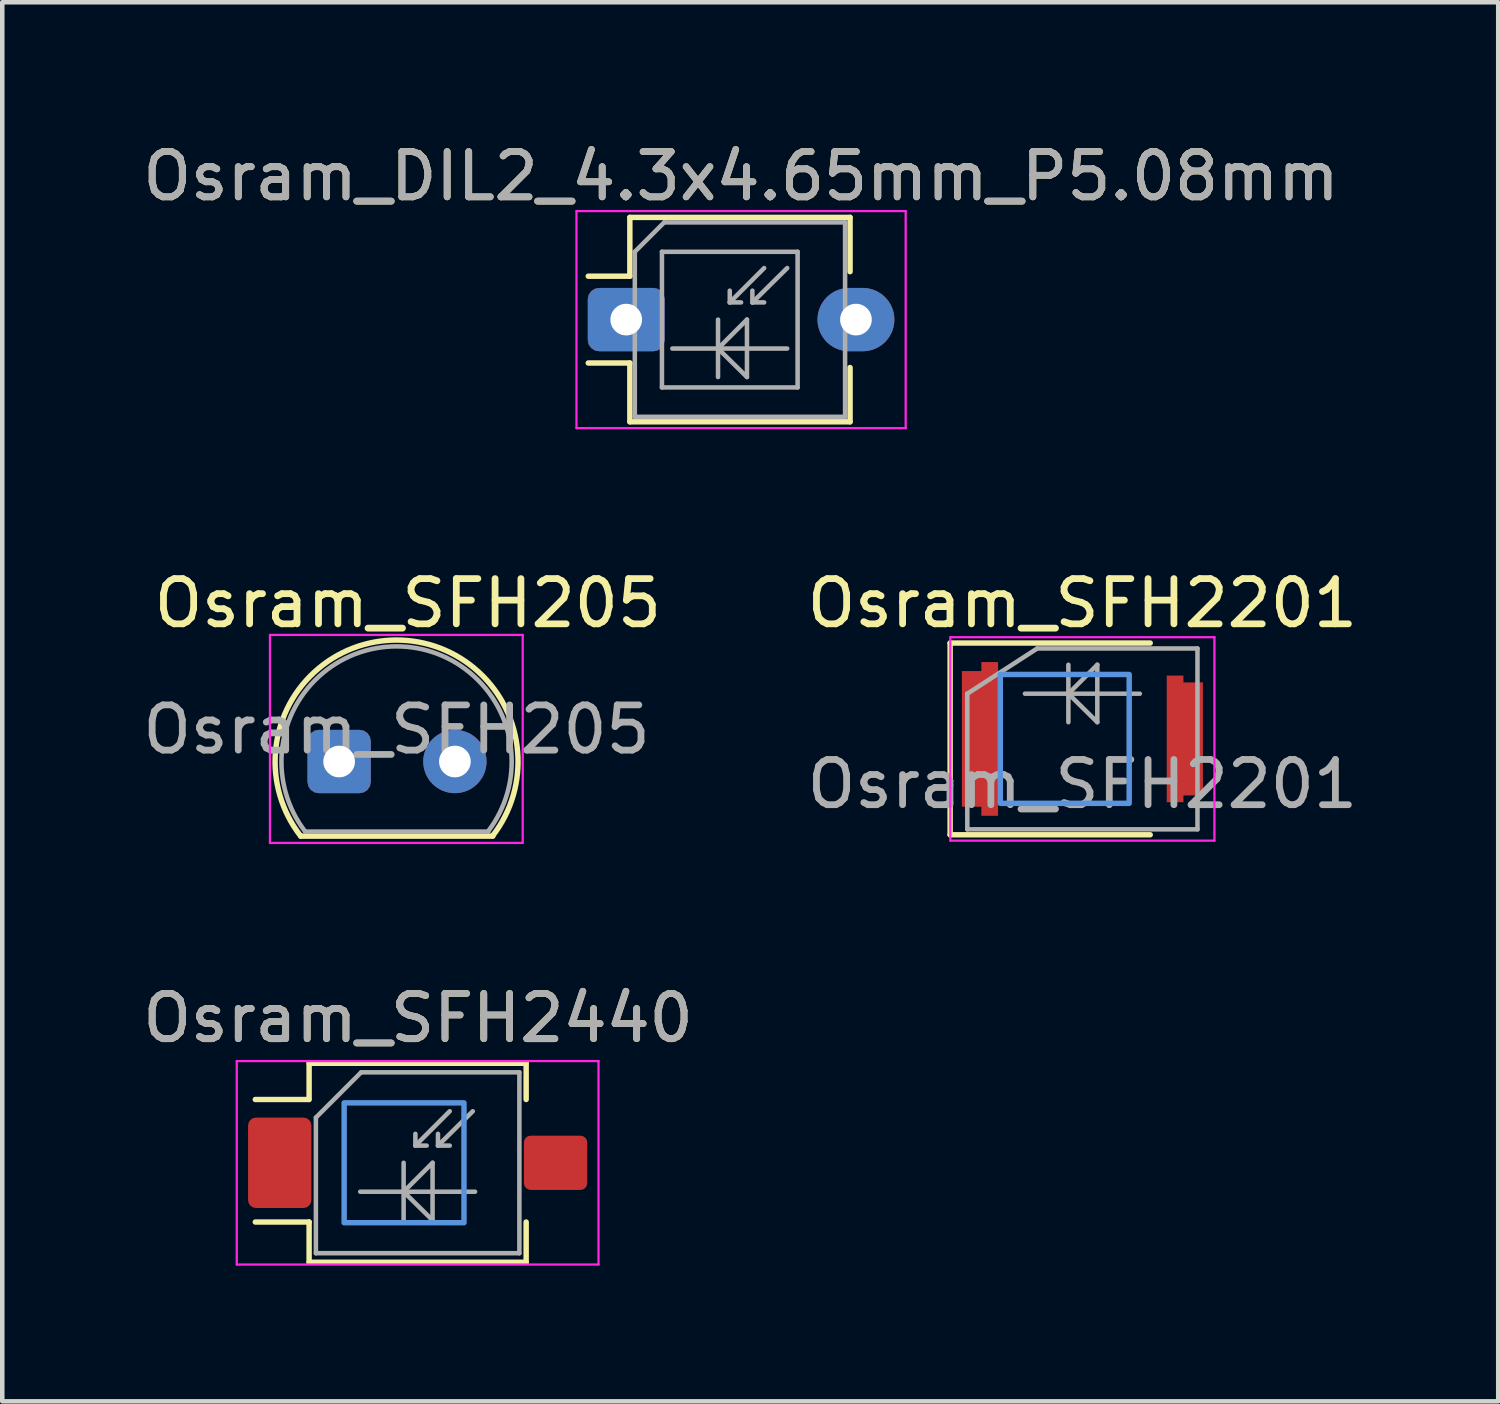
<source format=kicad_pcb>
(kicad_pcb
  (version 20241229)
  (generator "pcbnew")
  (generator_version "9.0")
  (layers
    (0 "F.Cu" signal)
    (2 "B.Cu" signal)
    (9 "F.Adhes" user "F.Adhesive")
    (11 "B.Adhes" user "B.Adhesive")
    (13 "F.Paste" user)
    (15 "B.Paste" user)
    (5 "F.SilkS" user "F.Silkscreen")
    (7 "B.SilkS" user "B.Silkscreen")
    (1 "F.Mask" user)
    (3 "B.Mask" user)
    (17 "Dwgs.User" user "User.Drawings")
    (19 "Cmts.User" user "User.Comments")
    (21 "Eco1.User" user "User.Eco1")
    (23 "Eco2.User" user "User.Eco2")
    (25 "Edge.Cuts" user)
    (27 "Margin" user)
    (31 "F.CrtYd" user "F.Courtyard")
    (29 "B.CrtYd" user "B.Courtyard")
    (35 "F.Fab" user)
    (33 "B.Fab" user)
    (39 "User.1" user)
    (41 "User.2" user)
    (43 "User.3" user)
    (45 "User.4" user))
  (footprint "Osram_SFH2201"
    (layer "F.Cu")
    (at 20.887 13.291)
    (property "Reference" "Osram_SFH2201" (at 0 -3 0) (unlocked yes) (layer "F.SilkS") (effects (font (size 1 1) (thickness 0.15))))
    (attr smd)
    (fp_line (start -2.925 -2.12) (end -2.925 2.12) (stroke (width 0.12) (type solid)) (layer "F.SilkS"))
    (fp_line (start -2.925 2.12) (end 1.5 2.12) (stroke (width 0.12) (type solid)) (layer "F.SilkS"))
    (fp_line (start 1.5 -2.12) (end -2.925 -2.12) (stroke (width 0.12) (type solid)) (layer "F.SilkS"))
    (fp_rect (start -1.815 -1.425) (end 1.035 1.425) (stroke (width 0.12) (type solid)) (fill no) (layer "Cmts.User"))
    (fp_line (start -2.92 -2.25) (end -2.92 2.25) (stroke (width 0.05) (type solid)) (layer "F.CrtYd"))
    (fp_line (start -2.92 -2.25) (end 2.92 -2.25) (stroke (width 0.05) (type solid)) (layer "F.CrtYd"))
    (fp_line (start 2.92 2.25) (end -2.92 2.25) (stroke (width 0.05) (type solid)) (layer "F.CrtYd"))
    (fp_line (start 2.92 2.25) (end 2.92 -2.25) (stroke (width 0.05) (type solid)) (layer "F.CrtYd"))
    (fp_line (start -2.545 -1) (end -2.545 2) (stroke (width 0.1) (type solid)) (layer "F.Fab"))
    (fp_line (start -2.545 -1) (end -1 -2) (stroke (width 0.1) (type solid)) (layer "F.Fab"))
    (fp_line (start -1.27 -1) (end 1.27 -1) (stroke (width 0.1) (type solid)) (layer "F.Fab"))
    (fp_line (start -1 -2) (end 2.545 -2) (stroke (width 0.1) (type solid)) (layer "F.Fab"))
    (fp_line (start -0.31 -1.64) (end -0.31 -0.37) (stroke (width 0.1) (type solid)) (layer "F.Fab"))
    (fp_line (start -0.31 -1) (end 0.33 -1.64) (stroke (width 0.1) (type solid)) (layer "F.Fab"))
    (fp_line (start 0.33 -1.64) (end 0.33 -0.37) (stroke (width 0.1) (type solid)) (layer "F.Fab"))
    (fp_line (start 0.33 -0.37) (end -0.31 -1) (stroke (width 0.1) (type solid)) (layer "F.Fab"))
    (fp_line (start 2.545 -2) (end 2.545 2) (stroke (width 0.1) (type solid)) (layer "F.Fab"))
    (fp_line (start 2.545 2) (end -2.545 2) (stroke (width 0.1) (type solid)) (layer "F.Fab"))
    (fp_text user "${REFERENCE}" (at 0 1 0) (unlocked yes) (layer "F.Fab") (effects (font (size 1 1) (thickness 0.15))))
    (pad "" smd rect (at -2.265 -0.8) (size 0.6 1) (layers "F.Paste"))
    (pad "" smd rect (at -2.265 0.8) (size 0.6 1) (layers "F.Paste"))
    (pad "" smd rect (at 2.265 -0.7) (size 0.6 1) (layers "F.Paste"))
    (pad "" smd rect (at 2.265 0.7) (size 0.6 1) (layers "F.Paste"))
    (pad "1" smd custom (at -2.265 0) (size 0.8 3) (layers "F.Cu" "F.Mask") (options (anchor rect)) (primitives (gr_poly (pts (xy -0.4 -1.5) (xy 0.03 -1.5) (xy 0.03 -1.7) (xy 0.4 -1.7) (xy 0.4 1.7) (xy 0.03 1.7) (xy 0.03 1.5) (xy -0.4 1.5)) (width 0) (fill yes))))
    (pad "2" smd custom (at 2.265 0 180) (size 0.8 2.5) (layers "F.Cu" "F.Mask") (options (anchor rect)) (primitives (gr_poly (pts (xy -0.4 -1.25) (xy 0.03 -1.25) (xy 0.03 -1.4) (xy 0.4 -1.4) (xy 0.4 1.4) (xy 0.03 1.4) (xy 0.03 1.25) (xy -0.4 1.25)) (width 0) (fill yes)))))
  (footprint "Osram_DIL2_4.3x4.65mm_P5.08mm"
    (layer "F.Cu")
    (at 10.799 4.018)
    (property "Reference" "Osram_DIL2_4.3x4.65mm_P5.08mm" (at 2.54 -3.17 0) (layer "F.SilkS") (effects (font (size 1 1) (thickness 0.15))))
    (attr through_hole)
    (fp_line (start 0.08 -2.26) (end 0.08 -0.96) (stroke (width 0.12) (type solid)) (layer "F.SilkS"))
    (fp_line (start 0.08 -2.26) (end 4.95 -2.26) (stroke (width 0.12) (type solid)) (layer "F.SilkS"))
    (fp_line (start 0.08 -0.96) (end -0.84 -0.96) (stroke (width 0.12) (type solid)) (layer "F.SilkS"))
    (fp_line (start 0.08 0.96) (end -0.84 0.96) (stroke (width 0.12) (type solid)) (layer "F.SilkS"))
    (fp_line (start 0.08 0.96) (end 0.08 2.26) (stroke (width 0.12) (type solid)) (layer "F.SilkS"))
    (fp_line (start 4.95 -2.26) (end 4.95 -1.06) (stroke (width 0.12) (type solid)) (layer "F.SilkS"))
    (fp_line (start 4.95 1.06) (end 4.95 2.26) (stroke (width 0.12) (type solid)) (layer "F.SilkS"))
    (fp_line (start 4.95 2.26) (end 0.08 2.26) (stroke (width 0.12) (type solid)) (layer "F.SilkS"))
    (fp_line (start -1.1 -2.4) (end -1.1 2.4) (stroke (width 0.05) (type solid)) (layer "F.CrtYd"))
    (fp_line (start -1.1 -2.4) (end 6.18 -2.4) (stroke (width 0.05) (type solid)) (layer "F.CrtYd"))
    (fp_line (start 6.18 2.4) (end -1.1 2.4) (stroke (width 0.05) (type solid)) (layer "F.CrtYd"))
    (fp_line (start 6.18 2.4) (end 6.18 -2.4) (stroke (width 0.05) (type solid)) (layer "F.CrtYd"))
    (fp_line (start 0.19 -1.5) (end 0.84 -2.15) (stroke (width 0.1) (type solid)) (layer "F.Fab"))
    (fp_line (start 0.19 2.15) (end 0.19 -1.5) (stroke (width 0.1) (type solid)) (layer "F.Fab"))
    (fp_line (start 0.79 -1.5) (end 0.79 1.5) (stroke (width 0.1) (type solid)) (layer "F.Fab"))
    (fp_line (start 0.79 1.5) (end 3.79 1.5) (stroke (width 0.1) (type solid)) (layer "F.Fab"))
    (fp_line (start 0.84 -2.15) (end 4.84 -2.15) (stroke (width 0.1) (type solid)) (layer "F.Fab"))
    (fp_line (start 1.02 0.64) (end 3.56 0.64) (stroke (width 0.1) (type solid)) (layer "F.Fab"))
    (fp_line (start 2.03 0) (end 2.03 1.27) (stroke (width 0.1) (type solid)) (layer "F.Fab"))
    (fp_line (start 2.03 0.64) (end 2.67 0) (stroke (width 0.1) (type solid)) (layer "F.Fab"))
    (fp_line (start 2.29 -0.38) (end 2.29 -0.64) (stroke (width 0.1) (type solid)) (layer "F.Fab"))
    (fp_line (start 2.29 -0.38) (end 2.54 -0.38) (stroke (width 0.1) (type solid)) (layer "F.Fab"))
    (fp_line (start 2.67 0) (end 2.67 1.27) (stroke (width 0.1) (type solid)) (layer "F.Fab"))
    (fp_line (start 2.67 1.27) (end 2.03 0.64) (stroke (width 0.1) (type solid)) (layer "F.Fab"))
    (fp_line (start 2.79 -0.38) (end 2.79 -0.64) (stroke (width 0.1) (type solid)) (layer "F.Fab"))
    (fp_line (start 2.79 -0.38) (end 3.05 -0.38) (stroke (width 0.1) (type solid)) (layer "F.Fab"))
    (fp_line (start 3.05 -1.14) (end 2.29 -0.38) (stroke (width 0.1) (type solid)) (layer "F.Fab"))
    (fp_line (start 3.56 -1.14) (end 2.79 -0.38) (stroke (width 0.1) (type solid)) (layer "F.Fab"))
    (fp_line (start 3.79 -1.5) (end 0.79 -1.5) (stroke (width 0.1) (type solid)) (layer "F.Fab"))
    (fp_line (start 3.79 1.5) (end 3.79 -1.5) (stroke (width 0.1) (type solid)) (layer "F.Fab"))
    (fp_line (start 4.84 -2.15) (end 4.84 2.15) (stroke (width 0.1) (type solid)) (layer "F.Fab"))
    (fp_line (start 4.84 2.15) (end 0.19 2.15) (stroke (width 0.1) (type solid)) (layer "F.Fab"))
    (fp_text user "${REFERENCE}" (at 2.54 -3.17 0) (layer "F.Fab") (effects (font (size 1 1) (thickness 0.15))))
    (pad "1" thru_hole roundrect (at 0 0) (size 1.7 1.4) (drill 0.7) (layers "*.Cu" "*.Mask") (roundrect_rratio 0.178))
    (pad "2" thru_hole oval (at 5.08 0) (size 1.7 1.4) (drill 0.7) (layers "*.Cu" "*.Mask")))
  (footprint "Osram_SFH2440"
    (layer "F.Cu")
    (at 6.186 22.665)
    (property "Reference" "Osram_SFH2440" (at 0.01 -3.2 0) (layer "F.SilkS") (effects (font (size 1 1) (thickness 0.15))))
    (attr smd)
    (fp_line (start -3.59 1.31) (end -2.4 1.31) (stroke (width 0.12) (type solid)) (layer "F.SilkS"))
    (fp_line (start -2.41 -1.4) (end -3.59 -1.4) (stroke (width 0.12) (type solid)) (layer "F.SilkS"))
    (fp_line (start -2.4 -2.2) (end -2.4 -1.4) (stroke (width 0.12) (type solid)) (layer "F.SilkS"))
    (fp_line (start -2.4 1.31) (end -2.4 2.2) (stroke (width 0.12) (type solid)) (layer "F.SilkS"))
    (fp_line (start -2.4 2.2) (end 2.4 2.2) (stroke (width 0.12) (type solid)) (layer "F.SilkS"))
    (fp_line (start 2.4 -2.2) (end -2.4 -2.2) (stroke (width 0.12) (type solid)) (layer "F.SilkS"))
    (fp_line (start 2.4 -1.4) (end 2.4 -2.2) (stroke (width 0.12) (type solid)) (layer "F.SilkS"))
    (fp_line (start 2.4 2.2) (end 2.4 1.31) (stroke (width 0.12) (type solid)) (layer "F.SilkS"))
    (fp_rect (start -1.625 -1.325) (end 1.025 1.325) (stroke (width 0.12) (type solid)) (fill no) (layer "Cmts.User"))
    (fp_line (start -4 -2.25) (end -4 2.25) (stroke (width 0.05) (type solid)) (layer "F.CrtYd"))
    (fp_line (start -4 -2.25) (end 4 -2.25) (stroke (width 0.05) (type solid)) (layer "F.CrtYd"))
    (fp_line (start 4 2.25) (end -4 2.25) (stroke (width 0.05) (type solid)) (layer "F.CrtYd"))
    (fp_line (start 4 2.25) (end 4 -2.25) (stroke (width 0.05) (type solid)) (layer "F.CrtYd"))
    (fp_line (start -2.25 -1) (end -2.25 2) (stroke (width 0.1) (type solid)) (layer "F.Fab"))
    (fp_line (start -2.25 -1) (end -1.25 -2) (stroke (width 0.1) (type solid)) (layer "F.Fab"))
    (fp_line (start -1.27 0.64) (end 1.27 0.64) (stroke (width 0.1) (type solid)) (layer "F.Fab"))
    (fp_line (start -1.25 -2) (end 2.25 -2) (stroke (width 0.1) (type solid)) (layer "F.Fab"))
    (fp_line (start -0.31 0) (end -0.31 1.27) (stroke (width 0.1) (type solid)) (layer "F.Fab"))
    (fp_line (start -0.31 0.64) (end 0.33 0) (stroke (width 0.1) (type solid)) (layer "F.Fab"))
    (fp_line (start -0.05 -0.38) (end -0.05 -0.64) (stroke (width 0.1) (type solid)) (layer "F.Fab"))
    (fp_line (start -0.05 -0.38) (end 0.2 -0.38) (stroke (width 0.1) (type solid)) (layer "F.Fab"))
    (fp_line (start 0.33 0) (end 0.33 1.27) (stroke (width 0.1) (type solid)) (layer "F.Fab"))
    (fp_line (start 0.33 1.27) (end -0.31 0.64) (stroke (width 0.1) (type solid)) (layer "F.Fab"))
    (fp_line (start 0.45 -0.38) (end 0.45 -0.64) (stroke (width 0.1) (type solid)) (layer "F.Fab"))
    (fp_line (start 0.45 -0.38) (end 0.71 -0.38) (stroke (width 0.1) (type solid)) (layer "F.Fab"))
    (fp_line (start 0.71 -1.14) (end -0.05 -0.38) (stroke (width 0.1) (type solid)) (layer "F.Fab"))
    (fp_line (start 1.22 -1.14) (end 0.45 -0.38) (stroke (width 0.1) (type solid)) (layer "F.Fab"))
    (fp_line (start 2.25 -2) (end 2.25 2) (stroke (width 0.1) (type solid)) (layer "F.Fab"))
    (fp_line (start 2.25 2) (end -2.25 2) (stroke (width 0.1) (type solid)) (layer "F.Fab"))
    (fp_text user "${REFERENCE}" (at 0.01 -3.2 0) (layer "F.Fab") (effects (font (size 1 1) (thickness 0.15))))
    (pad "" smd roundrect (at -3.05 0 180) (size 1.3 1.9) (layers "F.Paste") (roundrect_rratio 0.125))
    (pad "" smd roundrect (at -3.05 0 180) (size 1.5 2.1) (layers "F.Mask") (roundrect_rratio 0.125))
    (pad "" smd roundrect (at 3.05 0 180) (size 1.3 1.1) (layers "F.Paste") (roundrect_rratio 0.125))
    (pad "" smd roundrect (at 3.05 0 180) (size 1.5 1.3) (layers "F.Mask") (roundrect_rratio 0.125))
    (pad "1" smd roundrect (at -3.05 0 180) (size 1.4 2) (layers "F.Cu" "F.Mask") (roundrect_rratio 0.125))
    (pad "2" smd roundrect (at 3.05 0 180) (size 1.4 1.2) (layers "F.Cu" "F.Mask") (roundrect_rratio 0.125)))
  (footprint "Osram_SFH205"
    (layer "F.Cu")
    (at 4.45 13.791)
    (property "Reference" "Osram_SFH205" (at 1.52 -3.5 0) (layer "F.SilkS") (effects (font (size 1 1) (thickness 0.15))))
    (attr through_hole)
    (fp_line (start -0.85 1.65) (end 3.4 1.65) (stroke (width 0.12) (type solid)) (layer "F.SilkS"))
    (fp_arc (start -0.85 1.65) (mid 1.266938 -2.686427) (end 3.393756 1.645163) (stroke (width 0.12) (type solid)) (layer "F.SilkS"))
    (fp_line (start -1.53 -2.8) (end -1.53 1.8) (stroke (width 0.05) (type solid)) (layer "F.CrtYd"))
    (fp_line (start -1.53 -2.8) (end 4.06 -2.8) (stroke (width 0.05) (type solid)) (layer "F.CrtYd"))
    (fp_line (start 4.06 1.8) (end -1.53 1.8) (stroke (width 0.05) (type solid)) (layer "F.CrtYd"))
    (fp_line (start 4.06 1.8) (end 4.06 -2.8) (stroke (width 0.05) (type solid)) (layer "F.CrtYd"))
    (fp_line (start -0.75 1.55) (end 3.3 1.55) (stroke (width 0.1) (type solid)) (layer "F.Fab"))
    (fp_arc (start -0.75 1.55) (mid 1.266965 -2.546152) (end 3.293689 1.54518) (stroke (width 0.1) (type solid)) (layer "F.Fab"))
    (fp_text user "${REFERENCE}" (at 1.27 -0.707 0) (layer "F.Fab") (effects (font (size 1 1) (thickness 0.15))))
    (pad "1" thru_hole roundrect (at 0 0) (size 1.4 1.4) (drill 0.7) (layers "*.Cu" "*.Mask") (roundrect_rratio 0.178))
    (pad "2" thru_hole circle (at 2.56 0) (size 1.4 1.4) (drill 0.7) (layers "*.Cu" "*.Mask")))
  (gr_rect
    (start -3 -3)
    (end 30.083 27.94)
    (stroke (width 0.1) (type default))
    (fill no)
    (layer "Edge.Cuts")))
</source>
